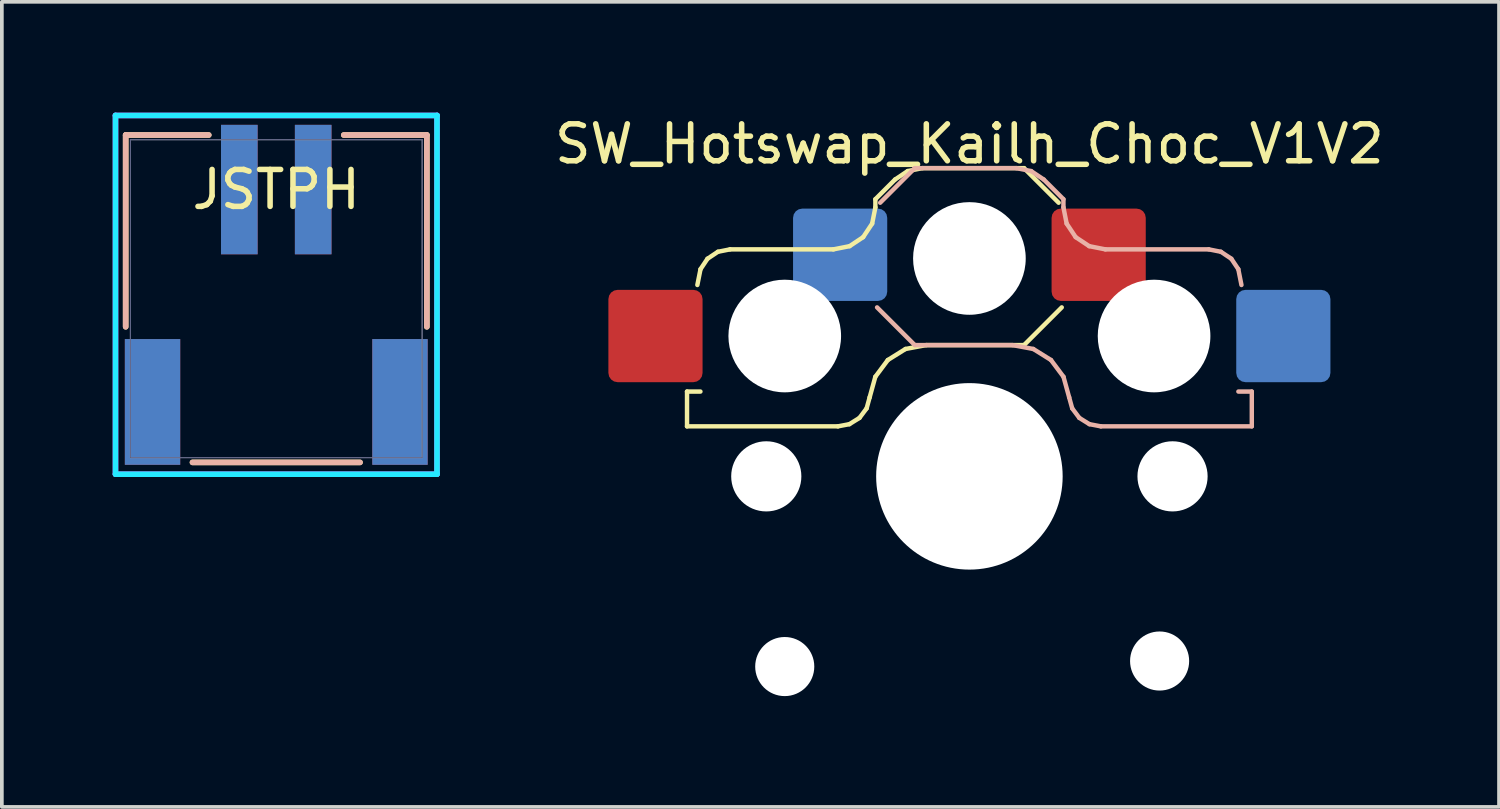
<source format=kicad_pcb>
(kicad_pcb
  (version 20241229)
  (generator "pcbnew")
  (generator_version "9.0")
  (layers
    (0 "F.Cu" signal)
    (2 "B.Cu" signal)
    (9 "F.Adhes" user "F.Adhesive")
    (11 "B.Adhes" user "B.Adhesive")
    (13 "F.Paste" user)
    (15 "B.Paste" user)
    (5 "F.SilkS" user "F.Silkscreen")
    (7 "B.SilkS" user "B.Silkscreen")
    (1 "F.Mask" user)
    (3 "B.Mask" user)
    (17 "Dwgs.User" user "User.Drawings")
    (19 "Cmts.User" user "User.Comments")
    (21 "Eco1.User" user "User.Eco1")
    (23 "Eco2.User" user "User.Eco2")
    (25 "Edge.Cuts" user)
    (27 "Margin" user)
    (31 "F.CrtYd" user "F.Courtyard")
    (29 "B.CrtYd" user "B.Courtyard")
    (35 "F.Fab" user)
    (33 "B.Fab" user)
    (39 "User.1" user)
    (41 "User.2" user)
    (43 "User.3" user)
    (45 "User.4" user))
  (footprint "SW_Hotswap_Kailh_Choc_V1V2"
    (layer "F.Cu")
    (at 23.198 9.848)
    (property "Reference" "SW_Hotswap_Kailh_Choc_V1V2" (at 0 -9 0) (layer "F.SilkS") (effects (font (size 1 1) (thickness 0.15))))
    (attr smd)
    (fp_line (start -7.646 -2.296) (end -7.646 -1.354) (stroke (width 0.12) (type solid)) (layer "F.SilkS"))
    (fp_line (start -7.646 -1.354) (end -3.56 -1.354) (stroke (width 0.12) (type solid)) (layer "F.SilkS"))
    (fp_line (start -7.283 -2.296) (end -7.646 -2.296) (stroke (width 0.12) (type solid)) (layer "F.SilkS"))
    (fp_line (start -7.281 -5.609) (end -7.366 -5.182) (stroke (width 0.12) (type solid)) (layer "F.SilkS"))
    (fp_line (start -7.092 -5.892) (end -7.281 -5.609) (stroke (width 0.12) (type solid)) (layer "F.SilkS"))
    (fp_line (start -6.809 -6.081) (end -7.092 -5.892) (stroke (width 0.12) (type solid)) (layer "F.SilkS"))
    (fp_line (start -6.482 -6.146) (end -6.809 -6.081) (stroke (width 0.12) (type solid)) (layer "F.SilkS"))
    (fp_line (start -3.682 -6.146) (end -6.482 -6.146) (stroke (width 0.12) (type solid)) (layer "F.SilkS"))
    (fp_line (start -3.56 -1.354) (end -3.25 -1.413) (stroke (width 0.12) (type solid)) (layer "F.SilkS"))
    (fp_line (start -3.25 -1.413) (end -2.976 -1.583) (stroke (width 0.12) (type solid)) (layer "F.SilkS"))
    (fp_line (start -3.244 -6.233) (end -3.682 -6.146) (stroke (width 0.12) (type solid)) (layer "F.SilkS"))
    (fp_line (start -2.976 -1.583) (end -2.783 -1.841) (stroke (width 0.12) (type solid)) (layer "F.SilkS"))
    (fp_line (start -2.877 -6.477) (end -3.244 -6.233) (stroke (width 0.12) (type solid)) (layer "F.SilkS"))
    (fp_line (start -2.783 -1.841) (end -2.701 -2.139) (stroke (width 0.12) (type solid)) (layer "F.SilkS"))
    (fp_line (start -2.701 -2.139) (end -2.547 -2.697) (stroke (width 0.12) (type solid)) (layer "F.SilkS"))
    (fp_line (start -2.633 -6.844) (end -2.877 -6.477) (stroke (width 0.12) (type solid)) (layer "F.SilkS"))
    (fp_line (start -2.547 -2.697) (end -2.209 -3.15) (stroke (width 0.12) (type solid)) (layer "F.SilkS"))
    (fp_line (start -2.546 -7.504) (end -2.546 -7.282) (stroke (width 0.12) (type solid)) (layer "F.SilkS"))
    (fp_line (start -2.546 -7.282) (end -2.633 -6.844) (stroke (width 0.12) (type solid)) (layer "F.SilkS"))
    (fp_line (start -2.209 -3.15) (end -1.73 -3.449) (stroke (width 0.12) (type solid)) (layer "F.SilkS"))
    (fp_line (start -2.013 -8.037) (end -2.546 -7.504) (stroke (width 0.12) (type solid)) (layer "F.SilkS"))
    (fp_line (start -1.73 -3.449) (end -1.168 -3.554) (stroke (width 0.12) (type solid)) (layer "F.SilkS"))
    (fp_line (start -1.671 -8.266) (end -2.013 -8.037) (stroke (width 0.12) (type solid)) (layer "F.SilkS"))
    (fp_line (start -1.268 -8.346) (end -1.671 -8.266) (stroke (width 0.12) (type solid)) (layer "F.SilkS"))
    (fp_line (start -1.168 -3.554) (end 1.479 -3.554) (stroke (width 0.12) (type solid)) (layer "F.SilkS"))
    (fp_line (start 1.479 -8.346) (end -1.268 -8.346) (stroke (width 0.12) (type solid)) (layer "F.SilkS"))
    (fp_line (start 1.479 -3.554) (end 2.5 -4.575) (stroke (width 0.12) (type solid)) (layer "F.SilkS"))
    (fp_line (start 2.416 -7.409) (end 1.479 -8.346) (stroke (width 0.12) (type solid)) (layer "F.SilkS"))
    (fp_line (start -2.416 -7.409) (end -1.479 -8.346) (stroke (width 0.12) (type solid)) (layer "B.SilkS"))
    (fp_line (start -1.479 -8.346) (end 1.268 -8.346) (stroke (width 0.12) (type solid)) (layer "B.SilkS"))
    (fp_line (start -1.479 -3.554) (end -2.5 -4.575) (stroke (width 0.12) (type solid)) (layer "B.SilkS"))
    (fp_line (start 1.168 -3.554) (end -1.479 -3.554) (stroke (width 0.12) (type solid)) (layer "B.SilkS"))
    (fp_line (start 1.268 -8.346) (end 1.671 -8.266) (stroke (width 0.12) (type solid)) (layer "B.SilkS"))
    (fp_line (start 1.671 -8.266) (end 2.013 -8.037) (stroke (width 0.12) (type solid)) (layer "B.SilkS"))
    (fp_line (start 1.73 -3.449) (end 1.168 -3.554) (stroke (width 0.12) (type solid)) (layer "B.SilkS"))
    (fp_line (start 2.013 -8.037) (end 2.546 -7.504) (stroke (width 0.12) (type solid)) (layer "B.SilkS"))
    (fp_line (start 2.209 -3.15) (end 1.73 -3.449) (stroke (width 0.12) (type solid)) (layer "B.SilkS"))
    (fp_line (start 2.546 -7.504) (end 2.546 -7.282) (stroke (width 0.12) (type solid)) (layer "B.SilkS"))
    (fp_line (start 2.546 -7.282) (end 2.633 -6.844) (stroke (width 0.12) (type solid)) (layer "B.SilkS"))
    (fp_line (start 2.547 -2.697) (end 2.209 -3.15) (stroke (width 0.12) (type solid)) (layer "B.SilkS"))
    (fp_line (start 2.633 -6.844) (end 2.877 -6.477) (stroke (width 0.12) (type solid)) (layer "B.SilkS"))
    (fp_line (start 2.701 -2.139) (end 2.547 -2.697) (stroke (width 0.12) (type solid)) (layer "B.SilkS"))
    (fp_line (start 2.783 -1.841) (end 2.701 -2.139) (stroke (width 0.12) (type solid)) (layer "B.SilkS"))
    (fp_line (start 2.877 -6.477) (end 3.244 -6.233) (stroke (width 0.12) (type solid)) (layer "B.SilkS"))
    (fp_line (start 2.976 -1.583) (end 2.783 -1.841) (stroke (width 0.12) (type solid)) (layer "B.SilkS"))
    (fp_line (start 3.244 -6.233) (end 3.682 -6.146) (stroke (width 0.12) (type solid)) (layer "B.SilkS"))
    (fp_line (start 3.25 -1.413) (end 2.976 -1.583) (stroke (width 0.12) (type solid)) (layer "B.SilkS"))
    (fp_line (start 3.56 -1.354) (end 3.25 -1.413) (stroke (width 0.12) (type solid)) (layer "B.SilkS"))
    (fp_line (start 3.682 -6.146) (end 6.482 -6.146) (stroke (width 0.12) (type solid)) (layer "B.SilkS"))
    (fp_line (start 6.482 -6.146) (end 6.809 -6.081) (stroke (width 0.12) (type solid)) (layer "B.SilkS"))
    (fp_line (start 6.809 -6.081) (end 7.092 -5.892) (stroke (width 0.12) (type solid)) (layer "B.SilkS"))
    (fp_line (start 7.092 -5.892) (end 7.281 -5.609) (stroke (width 0.12) (type solid)) (layer "B.SilkS"))
    (fp_line (start 7.281 -5.609) (end 7.366 -5.182) (stroke (width 0.12) (type solid)) (layer "B.SilkS"))
    (fp_line (start 7.283 -2.296) (end 7.646 -2.296) (stroke (width 0.12) (type solid)) (layer "B.SilkS"))
    (fp_line (start 7.646 -2.296) (end 7.646 -1.354) (stroke (width 0.12) (type solid)) (layer "B.SilkS"))
    (fp_line (start 7.646 -1.354) (end 3.56 -1.354) (stroke (width 0.12) (type solid)) (layer "B.SilkS"))
    (pad "" np_thru_hole circle (at -5.5 0) (size 1.9 1.9) (drill 1.9) (layers "*.Cu" "*.Mask"))
    (pad "" np_thru_hole circle (at -5 -3.8) (size 3.05 3.05) (drill 3.05) (layers "*.Cu" "*.Mask"))
    (pad "" np_thru_hole circle (at -5 5.15) (size 1.6 1.6) (drill 1.6) (layers "*.Cu" "*.Mask"))
    (pad "" np_thru_hole circle (at 0 -5.9) (size 3.05 3.05) (drill 3.05) (layers "*.Cu" "*.Mask"))
    (pad "" np_thru_hole circle (at 0 0 90) (size 5.05 5.05) (drill 5.05) (layers "*.Cu" "*.Mask"))
    (pad "" np_thru_hole circle (at 5 -3.8) (size 3.05 3.05) (drill 3.05) (layers "*.Cu" "*.Mask"))
    (pad "" np_thru_hole circle (at 5.15 5 90) (size 1.6 1.6) (drill 1.6) (layers "*.Cu" "*.Mask"))
    (pad "" np_thru_hole circle (at 5.5 0) (size 1.9 1.9) (drill 1.9) (layers "*.Cu" "*.Mask"))
    (pad "1" smd roundrect (at -3.5 -6) (size 2.55 2.5) (layers "B.Cu" "B.Mask" "B.Paste") (roundrect_rratio 0.1))
    (pad "1" smd roundrect (at 3.5 -6) (size 2.55 2.5) (layers "F.Cu" "F.Mask" "F.Paste") (roundrect_rratio 0.1))
    (pad "2" smd roundrect (at -8.5 -3.8) (size 2.55 2.5) (layers "F.Cu" "F.Mask" "F.Paste") (roundrect_rratio 0.1))
    (pad "2" smd roundrect (at 8.5 -3.8) (size 2.55 2.5) (layers "B.Cu" "B.Mask" "B.Paste") (roundrect_rratio 0.1)))
  (footprint "JSTPH"
    (layer "F.Cu")
    (at 4.43 5.038)
    (property "Reference" "JSTPH" (at 0 -2.955 0) (unlocked yes) (layer "F.SilkS") (effects (font (size 1 1) (thickness 0.15))))
    (attr smd)
    (fp_line (start -4.077 -4.432) (end -4.077 0.76) (stroke (width 0.152) (type solid)) (layer "F.SilkS"))
    (fp_line (start -2.268 4.432) (end 2.268 4.432) (stroke (width 0.152) (type solid)) (layer "F.SilkS"))
    (fp_line (start -1.828 -4.432) (end -4.077 -4.432) (stroke (width 0.152) (type solid)) (layer "F.SilkS"))
    (fp_line (start 4.077 -4.432) (end 1.828 -4.432) (stroke (width 0.152) (type solid)) (layer "F.SilkS"))
    (fp_line (start 4.077 0.76) (end 4.077 -4.432) (stroke (width 0.152) (type solid)) (layer "F.SilkS"))
    (fp_line (start -4.077 -4.432) (end -1.828 -4.432) (stroke (width 0.152) (type solid)) (layer "B.SilkS"))
    (fp_line (start -4.077 0.76) (end -4.077 -4.432) (stroke (width 0.152) (type solid)) (layer "B.SilkS"))
    (fp_line (start 1.828 -4.432) (end 4.077 -4.432) (stroke (width 0.152) (type solid)) (layer "B.SilkS"))
    (fp_line (start 2.268 4.432) (end -2.268 4.432) (stroke (width 0.152) (type solid)) (layer "B.SilkS"))
    (fp_line (start 4.077 -4.432) (end 4.077 0.76) (stroke (width 0.152) (type solid)) (layer "B.SilkS"))
    (fp_line (start -4.353 -4.962) (end 4.353 -4.962) (stroke (width 0.152) (type solid)) (layer "B.CrtYd"))
    (fp_line (start -4.353 4.751) (end -4.353 -4.962) (stroke (width 0.152) (type solid)) (layer "B.CrtYd"))
    (fp_line (start 4.353 -4.962) (end 4.353 4.751) (stroke (width 0.152) (type solid)) (layer "B.CrtYd"))
    (fp_line (start 4.353 4.751) (end -4.353 4.751) (stroke (width 0.152) (type solid)) (layer "B.CrtYd"))
    (fp_line (start -4.353 -4.962) (end -4.353 4.751) (stroke (width 0.152) (type solid)) (layer "F.CrtYd"))
    (fp_line (start -4.353 4.751) (end 4.353 4.751) (stroke (width 0.152) (type solid)) (layer "F.CrtYd"))
    (fp_line (start 4.353 -4.962) (end -4.353 -4.962) (stroke (width 0.152) (type solid)) (layer "F.CrtYd"))
    (fp_line (start 4.353 4.751) (end 4.353 -4.962) (stroke (width 0.152) (type solid)) (layer "F.CrtYd"))
    (fp_line (start -3.95 -4.305) (end 3.95 -4.305) (stroke (width 0.025) (type solid)) (layer "B.Fab"))
    (fp_line (start -3.95 4.305) (end -3.95 -4.305) (stroke (width 0.025) (type solid)) (layer "B.Fab"))
    (fp_line (start 3.95 -4.305) (end 3.95 4.305) (stroke (width 0.025) (type solid)) (layer "B.Fab"))
    (fp_line (start 3.95 4.305) (end -3.95 4.305) (stroke (width 0.025) (type solid)) (layer "B.Fab"))
    (fp_line (start -3.95 -4.305) (end -3.95 4.305) (stroke (width 0.025) (type solid)) (layer "F.Fab"))
    (fp_line (start -3.95 4.305) (end 3.95 4.305) (stroke (width 0.025) (type solid)) (layer "F.Fab"))
    (fp_line (start 3.95 -4.305) (end -3.95 -4.305) (stroke (width 0.025) (type solid)) (layer "F.Fab"))
    (fp_line (start 3.95 4.305) (end 3.95 -4.305) (stroke (width 0.025) (type solid)) (layer "F.Fab"))
    (pad "1" smd rect (at -1 -2.955) (size 0.991 3.505) (layers "F.Cu" "F.Mask" "F.Paste"))
    (pad "1" smd rect (at 1 -2.955) (size 0.991 3.505) (layers "B.Cu" "B.Mask" "B.Paste"))
    (pad "2" smd rect (at -1 -2.955) (size 0.991 3.505) (layers "B.Cu" "B.Mask" "B.Paste"))
    (pad "2" smd rect (at 1 -2.955) (size 0.991 3.505) (layers "F.Cu" "F.Mask" "F.Paste"))
    (pad "3" smd rect (at -3.35 2.795) (size 1.499 3.404) (layers "F.Cu" "F.Mask" "F.Paste"))
    (pad "3" smd rect (at 3.35 2.795) (size 1.499 3.404) (layers "B.Cu" "B.Mask" "B.Paste"))
    (pad "4" smd rect (at -3.35 2.795) (size 1.499 3.404) (layers "B.Cu" "B.Mask" "B.Paste"))
    (pad "4" smd rect (at 3.35 2.795) (size 1.499 3.404) (layers "F.Cu" "F.Mask" "F.Paste")))
  (gr_rect
    (start -3 -3)
    (end 37.538 18.798)
    (stroke (width 0.1) (type default))
    (fill no)
    (layer "Edge.Cuts")))
</source>
